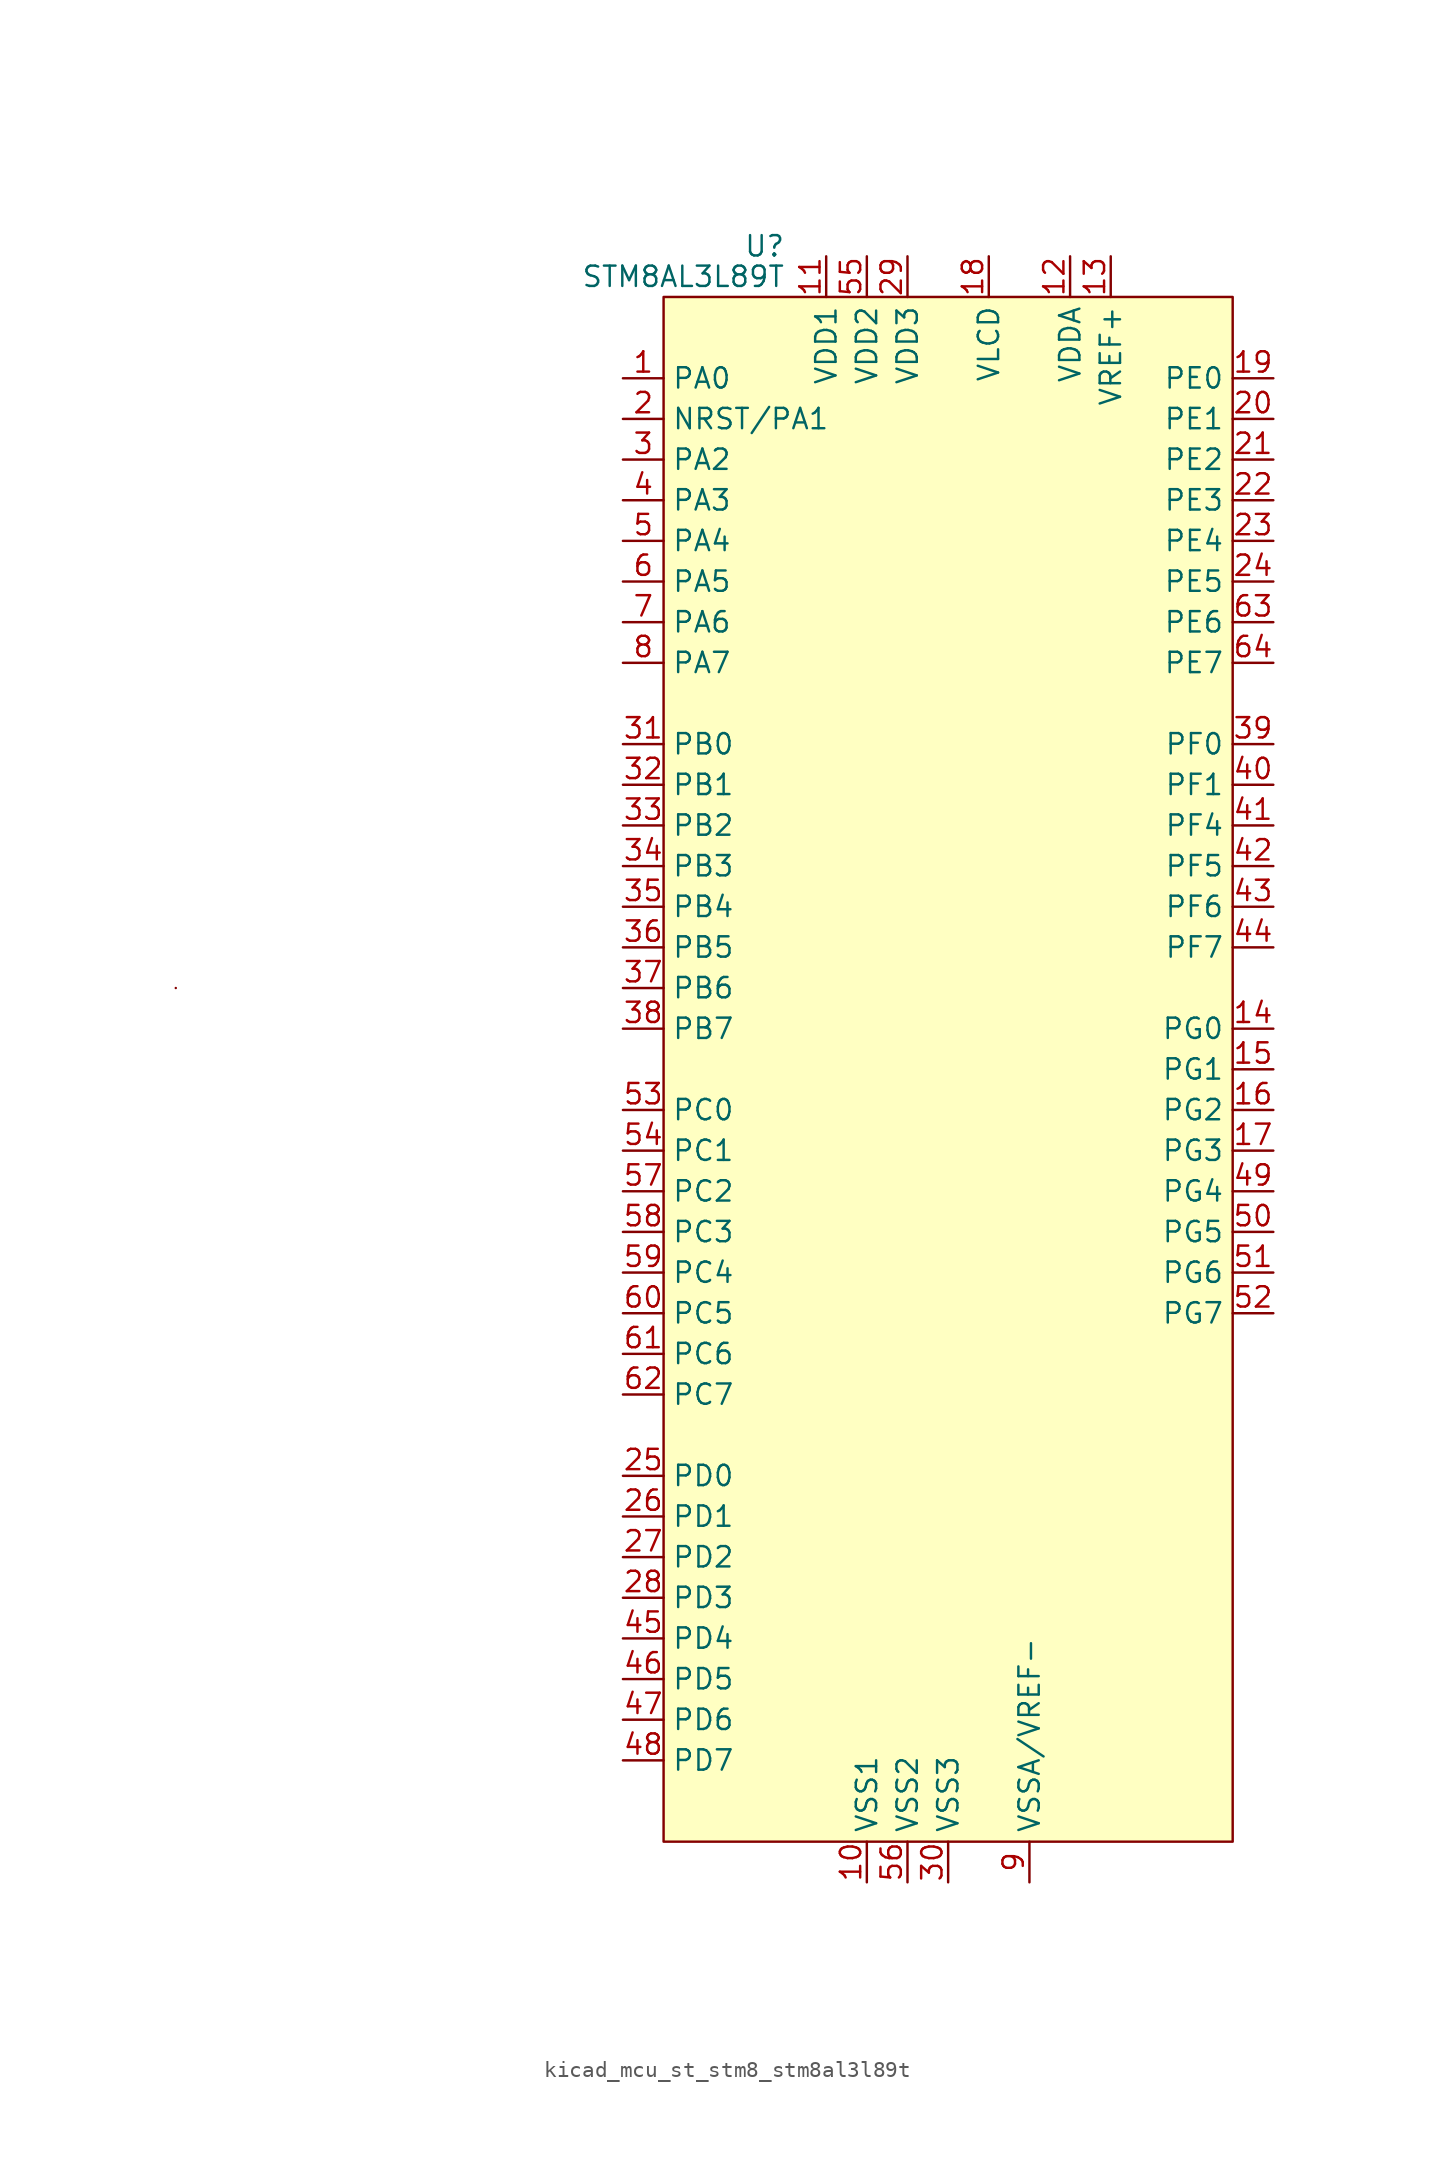
<source format=kicad_sym>
(kicad_symbol_lib
  (version 20220914)
  (generator kicad_symbol_editor)
  (symbol "kicad_mcu_st_stm8_stm8al3l89t"
    (property "Reference" "U"
      (at -10.16 51.435 0)
      (effects (font (size 1.27 1.27)) (justify right)))
    (property "Value" "STM8AL3L89T"
      (at -10.16 49.53 0)
      (effects (font (size 1.27 1.27)) (justify right)))
    (symbol "kicad_mcu_st_stm8_stm8al3l89t_0_0"
      (pin bidirectional line (at -20.32 43.18 0) (length 2.54) (name "PA0" (effects (font (size 1.27 1.27)))) (number "1" (effects (font (size 1.27 1.27)))))
      (pin power_in line (at -5.08 -50.8 90) (length 2.54) (name "VSS1" (effects (font (size 1.27 1.27)))) (number "10" (effects (font (size 1.27 1.27)))))
      (pin power_in line (at -7.62 50.8 270) (length 2.54) (name "VDD1" (effects (font (size 1.27 1.27)))) (number "11" (effects (font (size 1.27 1.27)))))
      (pin power_in line (at 7.62 50.8 270) (length 2.54) (name "VDDA" (effects (font (size 1.27 1.27)))) (number "12" (effects (font (size 1.27 1.27)))))
      (pin power_in line (at 10.16 50.8 270) (length 2.54) (name "VREF+" (effects (font (size 1.27 1.27)))) (number "13" (effects (font (size 1.27 1.27)))))
      (pin bidirectional line (at 20.32 2.54 180) (length 2.54) (name "PG0" (effects (font (size 1.27 1.27)))) (number "14" (effects (font (size 1.27 1.27)))))
      (pin bidirectional line (at 20.32 0 180) (length 2.54) (name "PG1" (effects (font (size 1.27 1.27)))) (number "15" (effects (font (size 1.27 1.27)))))
      (pin bidirectional line (at 20.32 -2.54 180) (length 2.54) (name "PG2" (effects (font (size 1.27 1.27)))) (number "16" (effects (font (size 1.27 1.27)))))
      (pin bidirectional line (at 20.32 -5.08 180) (length 2.54) (name "PG3" (effects (font (size 1.27 1.27)))) (number "17" (effects (font (size 1.27 1.27)))))
      (pin power_in line (at 2.54 50.8 270) (length 2.54) (name "VLCD" (effects (font (size 1.27 1.27)))) (number "18" (effects (font (size 1.27 1.27)))))
      (pin bidirectional line (at 20.32 43.18 180) (length 2.54) (name "PE0" (effects (font (size 1.27 1.27)))) (number "19" (effects (font (size 1.27 1.27)))))
      (pin bidirectional line (at -20.32 40.64 0) (length 2.54) (name "NRST/PA1" (effects (font (size 1.27 1.27)))) (number "2" (effects (font (size 1.27 1.27)))))
      (pin bidirectional line (at 20.32 40.64 180) (length 2.54) (name "PE1" (effects (font (size 1.27 1.27)))) (number "20" (effects (font (size 1.27 1.27)))))
      (pin bidirectional line (at 20.32 38.1 180) (length 2.54) (name "PE2" (effects (font (size 1.27 1.27)))) (number "21" (effects (font (size 1.27 1.27)))))
      (pin bidirectional line (at 20.32 35.56 180) (length 2.54) (name "PE3" (effects (font (size 1.27 1.27)))) (number "22" (effects (font (size 1.27 1.27)))))
      (pin bidirectional line (at 20.32 33.02 180) (length 2.54) (name "PE4" (effects (font (size 1.27 1.27)))) (number "23" (effects (font (size 1.27 1.27)))))
      (pin bidirectional line (at 20.32 30.48 180) (length 2.54) (name "PE5" (effects (font (size 1.27 1.27)))) (number "24" (effects (font (size 1.27 1.27)))))
      (pin bidirectional line (at -20.32 -25.4 0) (length 2.54) (name "PD0" (effects (font (size 1.27 1.27)))) (number "25" (effects (font (size 1.27 1.27)))))
      (pin bidirectional line (at -20.32 -27.94 0) (length 2.54) (name "PD1" (effects (font (size 1.27 1.27)))) (number "26" (effects (font (size 1.27 1.27)))))
      (pin bidirectional line (at -20.32 -30.48 0) (length 2.54) (name "PD2" (effects (font (size 1.27 1.27)))) (number "27" (effects (font (size 1.27 1.27)))))
      (pin bidirectional line (at -20.32 -33.02 0) (length 2.54) (name "PD3" (effects (font (size 1.27 1.27)))) (number "28" (effects (font (size 1.27 1.27)))))
      (pin power_in line (at -2.54 50.8 270) (length 2.54) (name "VDD3" (effects (font (size 1.27 1.27)))) (number "29" (effects (font (size 1.27 1.27)))))
      (pin bidirectional line (at -20.32 38.1 0) (length 2.54) (name "PA2" (effects (font (size 1.27 1.27)))) (number "3" (effects (font (size 1.27 1.27)))))
      (pin power_in line (at 0 -50.8 90) (length 2.54) (name "VSS3" (effects (font (size 1.27 1.27)))) (number "30" (effects (font (size 1.27 1.27)))))
      (pin bidirectional line (at -20.32 20.32 0) (length 2.54) (name "PB0" (effects (font (size 1.27 1.27)))) (number "31" (effects (font (size 1.27 1.27)))))
      (pin bidirectional line (at -20.32 17.78 0) (length 2.54) (name "PB1" (effects (font (size 1.27 1.27)))) (number "32" (effects (font (size 1.27 1.27)))))
      (pin bidirectional line (at -20.32 15.24 0) (length 2.54) (name "PB2" (effects (font (size 1.27 1.27)))) (number "33" (effects (font (size 1.27 1.27)))))
      (pin bidirectional line (at -20.32 12.7 0) (length 2.54) (name "PB3" (effects (font (size 1.27 1.27)))) (number "34" (effects (font (size 1.27 1.27)))))
      (pin bidirectional line (at -20.32 10.16 0) (length 2.54) (name "PB4" (effects (font (size 1.27 1.27)))) (number "35" (effects (font (size 1.27 1.27)))))
      (pin bidirectional line (at -20.32 7.62 0) (length 2.54) (name "PB5" (effects (font (size 1.27 1.27)))) (number "36" (effects (font (size 1.27 1.27)))))
      (pin bidirectional line (at -20.32 5.08 0) (length 2.54) (name "PB6" (effects (font (size 1.27 1.27)))) (number "37" (effects (font (size 1.27 1.27)))))
      (pin bidirectional line (at -20.32 2.54 0) (length 2.54) (name "PB7" (effects (font (size 1.27 1.27)))) (number "38" (effects (font (size 1.27 1.27)))))
      (pin bidirectional line (at 20.32 20.32 180) (length 2.54) (name "PF0" (effects (font (size 1.27 1.27)))) (number "39" (effects (font (size 1.27 1.27)))))
      (pin bidirectional line (at -20.32 35.56 0) (length 2.54) (name "PA3" (effects (font (size 1.27 1.27)))) (number "4" (effects (font (size 1.27 1.27)))))
      (pin bidirectional line (at 20.32 17.78 180) (length 2.54) (name "PF1" (effects (font (size 1.27 1.27)))) (number "40" (effects (font (size 1.27 1.27)))))
      (pin bidirectional line (at 20.32 15.24 180) (length 2.54) (name "PF4" (effects (font (size 1.27 1.27)))) (number "41" (effects (font (size 1.27 1.27)))))
      (pin bidirectional line (at 20.32 12.7 180) (length 2.54) (name "PF5" (effects (font (size 1.27 1.27)))) (number "42" (effects (font (size 1.27 1.27)))))
      (pin bidirectional line (at 20.32 10.16 180) (length 2.54) (name "PF6" (effects (font (size 1.27 1.27)))) (number "43" (effects (font (size 1.27 1.27)))))
      (pin bidirectional line (at 20.32 7.62 180) (length 2.54) (name "PF7" (effects (font (size 1.27 1.27)))) (number "44" (effects (font (size 1.27 1.27)))))
      (pin bidirectional line (at -20.32 -35.56 0) (length 2.54) (name "PD4" (effects (font (size 1.27 1.27)))) (number "45" (effects (font (size 1.27 1.27)))))
      (pin bidirectional line (at -20.32 -38.1 0) (length 2.54) (name "PD5" (effects (font (size 1.27 1.27)))) (number "46" (effects (font (size 1.27 1.27)))))
      (pin bidirectional line (at -20.32 -40.64 0) (length 2.54) (name "PD6" (effects (font (size 1.27 1.27)))) (number "47" (effects (font (size 1.27 1.27)))))
      (pin bidirectional line (at -20.32 -43.18 0) (length 2.54) (name "PD7" (effects (font (size 1.27 1.27)))) (number "48" (effects (font (size 1.27 1.27)))))
      (pin bidirectional line (at 20.32 -7.62 180) (length 2.54) (name "PG4" (effects (font (size 1.27 1.27)))) (number "49" (effects (font (size 1.27 1.27)))))
      (pin bidirectional line (at -20.32 33.02 0) (length 2.54) (name "PA4" (effects (font (size 1.27 1.27)))) (number "5" (effects (font (size 1.27 1.27)))))
      (pin bidirectional line (at 20.32 -10.16 180) (length 2.54) (name "PG5" (effects (font (size 1.27 1.27)))) (number "50" (effects (font (size 1.27 1.27)))))
      (pin bidirectional line (at 20.32 -12.7 180) (length 2.54) (name "PG6" (effects (font (size 1.27 1.27)))) (number "51" (effects (font (size 1.27 1.27)))))
      (pin bidirectional line (at 20.32 -15.24 180) (length 2.54) (name "PG7" (effects (font (size 1.27 1.27)))) (number "52" (effects (font (size 1.27 1.27)))))
      (pin bidirectional line (at -20.32 -2.54 0) (length 2.54) (name "PC0" (effects (font (size 1.27 1.27)))) (number "53" (effects (font (size 1.27 1.27)))))
      (pin bidirectional line (at -20.32 -5.08 0) (length 2.54) (name "PC1" (effects (font (size 1.27 1.27)))) (number "54" (effects (font (size 1.27 1.27)))))
      (pin power_in line (at -5.08 50.8 270) (length 2.54) (name "VDD2" (effects (font (size 1.27 1.27)))) (number "55" (effects (font (size 1.27 1.27)))))
      (pin power_in line (at -2.54 -50.8 90) (length 2.54) (name "VSS2" (effects (font (size 1.27 1.27)))) (number "56" (effects (font (size 1.27 1.27)))))
      (pin bidirectional line (at -20.32 -7.62 0) (length 2.54) (name "PC2" (effects (font (size 1.27 1.27)))) (number "57" (effects (font (size 1.27 1.27)))))
      (pin bidirectional line (at -20.32 -10.16 0) (length 2.54) (name "PC3" (effects (font (size 1.27 1.27)))) (number "58" (effects (font (size 1.27 1.27)))))
      (pin bidirectional line (at -20.32 -12.7 0) (length 2.54) (name "PC4" (effects (font (size 1.27 1.27)))) (number "59" (effects (font (size 1.27 1.27)))))
      (pin bidirectional line (at -20.32 30.48 0) (length 2.54) (name "PA5" (effects (font (size 1.27 1.27)))) (number "6" (effects (font (size 1.27 1.27)))))
      (pin bidirectional line (at -20.32 -15.24 0) (length 2.54) (name "PC5" (effects (font (size 1.27 1.27)))) (number "60" (effects (font (size 1.27 1.27)))))
      (pin bidirectional line (at -20.32 -17.78 0) (length 2.54) (name "PC6" (effects (font (size 1.27 1.27)))) (number "61" (effects (font (size 1.27 1.27)))))
      (pin bidirectional line (at -20.32 -20.32 0) (length 2.54) (name "PC7" (effects (font (size 1.27 1.27)))) (number "62" (effects (font (size 1.27 1.27)))))
      (pin bidirectional line (at 20.32 27.94 180) (length 2.54) (name "PE6" (effects (font (size 1.27 1.27)))) (number "63" (effects (font (size 1.27 1.27)))))
      (pin bidirectional line (at 20.32 25.4 180) (length 2.54) (name "PE7" (effects (font (size 1.27 1.27)))) (number "64" (effects (font (size 1.27 1.27)))))
      (pin bidirectional line (at -20.32 27.94 0) (length 2.54) (name "PA6" (effects (font (size 1.27 1.27)))) (number "7" (effects (font (size 1.27 1.27)))))
      (pin bidirectional line (at -20.32 25.4 0) (length 2.54) (name "PA7" (effects (font (size 1.27 1.27)))) (number "8" (effects (font (size 1.27 1.27)))))
      (pin power_in line (at 5.08 -50.8 90) (length 2.54) (name "VSSA/VREF-" (effects (font (size 1.27 1.27)))) (number "9" (effects (font (size 1.27 1.27))))))
    (symbol "kicad_mcu_st_stm8_stm8al3l89t_0_1"
      (rectangle (start -48.26 5.08) (end -48.26 5.08) (stroke (width 0.152) (type default)) (fill (type none)))
      (rectangle (start -17.78 48.26) (end 17.78 -48.26) (stroke (width 0) (type default)) (fill (type background))))))
</source>
